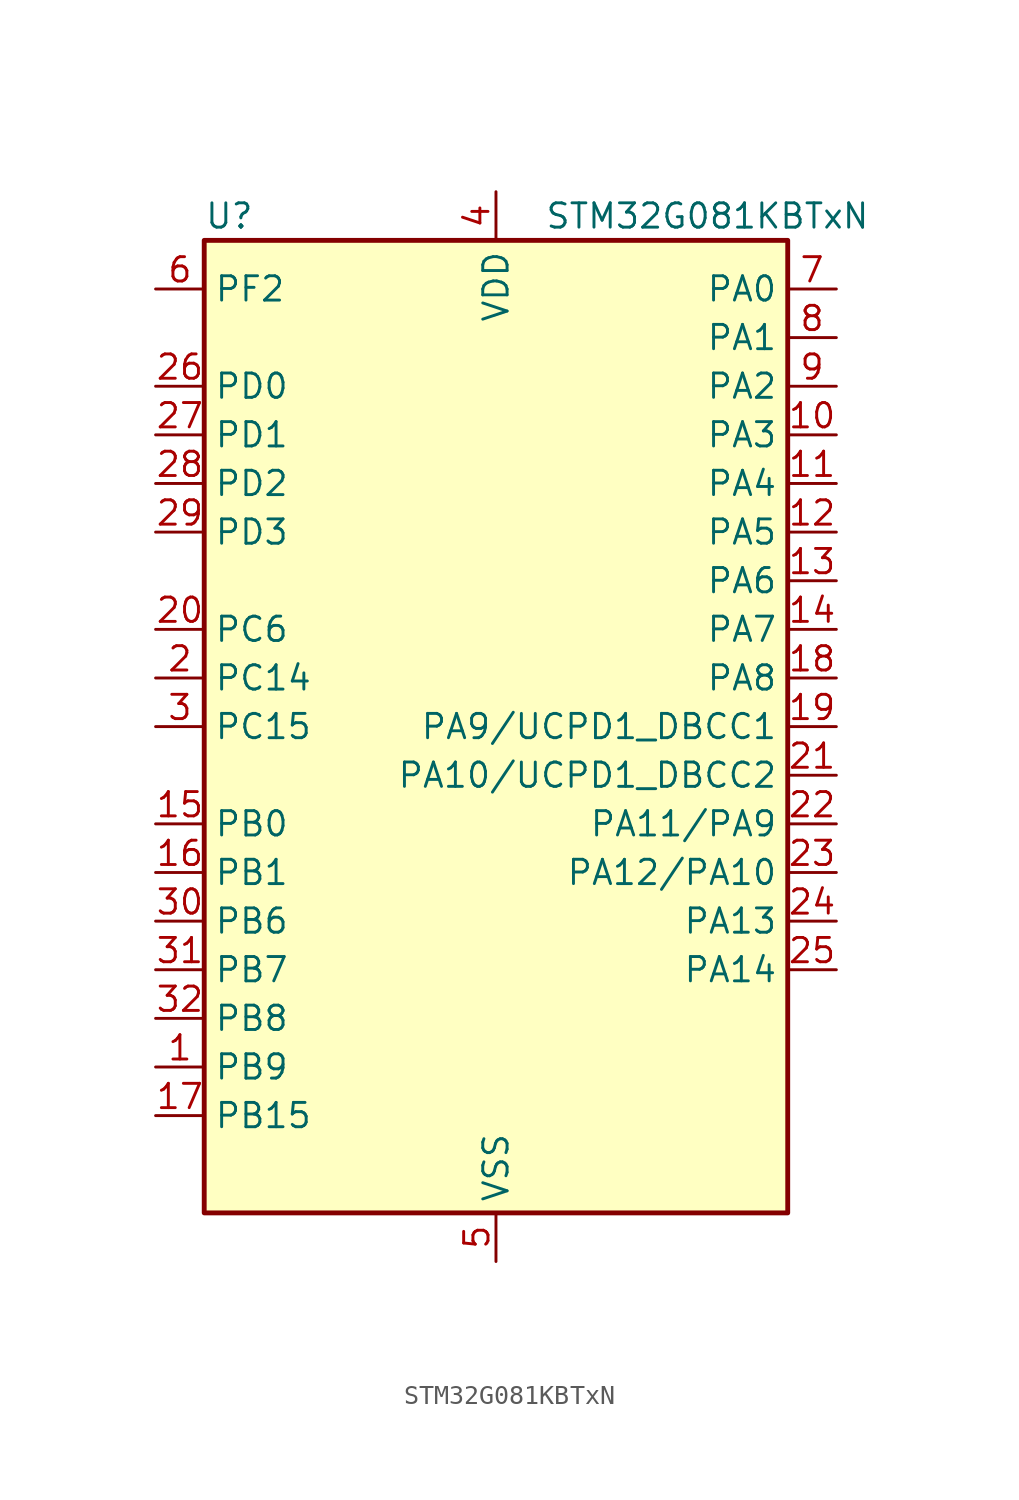
<source format=kicad_sym>
(kicad_symbol_lib
  (version 20231120)
  (generator "kicad_symbol_editor")
  (generator_version "8.0")
  (symbol "STM32G081KBTxN"
    (property "Reference" "U"
      (at -15.24 26.67 0)
      (effects (font (size 1.27 1.27)) (justify left)))
    (property "Value" "STM32G081KBTxN"
      (at 2.54 26.67 0)
      (effects (font (size 1.27 1.27)) (justify left)))
    (property "ki_locked" ""
      (at 0 0 0)
      (effects (font (size 1.27 1.27))))
    (symbol "STM32G081KBTxN_0_1"
      (rectangle (start -15.24 -25.4) (end 15.24 25.4) (stroke (width 0.254) (type default)) (fill (type background))))
    (symbol "STM32G081KBTxN_1_1"
      (pin bidirectional line (at -17.78 -17.78 0) (length 2.54) (name "PB9" (effects (font (size 1.27 1.27)))) (number "1" (effects (font (size 1.27 1.27)))) (alternate "DAC1_EXTI9" bidirectional line) (alternate "I2C1_SDA" bidirectional line) (alternate "IR_OUT" bidirectional line) (alternate "SPI2_NSS" bidirectional line) (alternate "TIM17_CH1" bidirectional line) (alternate "UCPD2_FRSTX1" bidirectional line) (alternate "UCPD2_FRSTX2" bidirectional line) (alternate "USART3_RX" bidirectional line))
      (pin bidirectional line (at 17.78 15.24 180) (length 2.54) (name "PA3" (effects (font (size 1.27 1.27)))) (number "10" (effects (font (size 1.27 1.27)))) (alternate "ADC1_IN3" bidirectional line) (alternate "COMP2_INP" bidirectional line) (alternate "LPUART1_RX" bidirectional line) (alternate "SPI2_MISO" bidirectional line) (alternate "TIM15_CH2" bidirectional line) (alternate "TIM2_CH4" bidirectional line) (alternate "UCPD2_FRSTX1" bidirectional line) (alternate "UCPD2_FRSTX2" bidirectional line) (alternate "USART2_RX" bidirectional line))
      (pin bidirectional line (at 17.78 12.7 180) (length 2.54) (name "PA4" (effects (font (size 1.27 1.27)))) (number "11" (effects (font (size 1.27 1.27)))) (alternate "ADC1_IN4" bidirectional line) (alternate "DAC1_OUT1" bidirectional line) (alternate "I2S1_WS" bidirectional line) (alternate "LPTIM2_OUT" bidirectional line) (alternate "RTC_OUT_ALARM" bidirectional line) (alternate "RTC_OUT_CALIB" bidirectional line) (alternate "RTC_TAMP_IN1" bidirectional line) (alternate "RTC_TS" bidirectional line) (alternate "SPI1_NSS" bidirectional line) (alternate "SPI2_MOSI" bidirectional line) (alternate "SYS_WKUP2" bidirectional line) (alternate "TIM14_CH1" bidirectional line) (alternate "UCPD2_FRSTX1" bidirectional line) (alternate "UCPD2_FRSTX2" bidirectional line))
      (pin bidirectional line (at 17.78 10.16 180) (length 2.54) (name "PA5" (effects (font (size 1.27 1.27)))) (number "12" (effects (font (size 1.27 1.27)))) (alternate "ADC1_IN5" bidirectional line) (alternate "CEC" bidirectional line) (alternate "DAC1_OUT2" bidirectional line) (alternate "I2S1_CK" bidirectional line) (alternate "LPTIM2_ETR" bidirectional line) (alternate "SPI1_SCK" bidirectional line) (alternate "TIM2_CH1" bidirectional line) (alternate "TIM2_ETR" bidirectional line) (alternate "UCPD1_FRSTX1" bidirectional line) (alternate "UCPD1_FRSTX2" bidirectional line) (alternate "USART3_TX" bidirectional line))
      (pin bidirectional line (at 17.78 7.62 180) (length 2.54) (name "PA6" (effects (font (size 1.27 1.27)))) (number "13" (effects (font (size 1.27 1.27)))) (alternate "ADC1_IN6" bidirectional line) (alternate "COMP1_OUT" bidirectional line) (alternate "I2S1_MCK" bidirectional line) (alternate "LPUART1_CTS" bidirectional line) (alternate "SPI1_MISO" bidirectional line) (alternate "TIM16_CH1" bidirectional line) (alternate "TIM1_BK" bidirectional line) (alternate "TIM3_CH1" bidirectional line) (alternate "USART3_CTS" bidirectional line) (alternate "USART3_NSS" bidirectional line))
      (pin bidirectional line (at 17.78 5.08 180) (length 2.54) (name "PA7" (effects (font (size 1.27 1.27)))) (number "14" (effects (font (size 1.27 1.27)))) (alternate "ADC1_IN7" bidirectional line) (alternate "COMP2_OUT" bidirectional line) (alternate "I2S1_SD" bidirectional line) (alternate "SPI1_MOSI" bidirectional line) (alternate "TIM14_CH1" bidirectional line) (alternate "TIM17_CH1" bidirectional line) (alternate "TIM1_CH1N" bidirectional line) (alternate "TIM3_CH2" bidirectional line) (alternate "UCPD1_FRSTX1" bidirectional line) (alternate "UCPD1_FRSTX2" bidirectional line))
      (pin bidirectional line (at -17.78 -5.08 0) (length 2.54) (name "PB0" (effects (font (size 1.27 1.27)))) (number "15" (effects (font (size 1.27 1.27)))) (alternate "ADC1_IN8" bidirectional line) (alternate "COMP1_OUT" bidirectional line) (alternate "I2S1_WS" bidirectional line) (alternate "LPTIM1_OUT" bidirectional line) (alternate "SPI1_NSS" bidirectional line) (alternate "TIM1_CH2N" bidirectional line) (alternate "TIM3_CH3" bidirectional line) (alternate "UCPD1_FRSTX1" bidirectional line) (alternate "UCPD1_FRSTX2" bidirectional line) (alternate "USART3_RX" bidirectional line))
      (pin bidirectional line (at -17.78 -7.62 0) (length 2.54) (name "PB1" (effects (font (size 1.27 1.27)))) (number "16" (effects (font (size 1.27 1.27)))) (alternate "ADC1_IN9" bidirectional line) (alternate "COMP1_INM" bidirectional line) (alternate "LPTIM2_IN1" bidirectional line) (alternate "LPUART1_DE" bidirectional line) (alternate "LPUART1_RTS" bidirectional line) (alternate "TIM14_CH1" bidirectional line) (alternate "TIM1_CH3N" bidirectional line) (alternate "TIM3_CH4" bidirectional line) (alternate "USART3_CK" bidirectional line) (alternate "USART3_DE" bidirectional line) (alternate "USART3_RTS" bidirectional line))
      (pin bidirectional line (at -17.78 -20.32 0) (length 2.54) (name "PB15" (effects (font (size 1.27 1.27)))) (number "17" (effects (font (size 1.27 1.27)))) (alternate "RTC_REFIN" bidirectional line) (alternate "SPI2_MOSI" bidirectional line) (alternate "TIM15_CH1N" bidirectional line) (alternate "TIM15_CH2" bidirectional line) (alternate "TIM1_CH3N" bidirectional line) (alternate "UCPD1_CC2" bidirectional line))
      (pin bidirectional line (at 17.78 2.54 180) (length 2.54) (name "PA8" (effects (font (size 1.27 1.27)))) (number "18" (effects (font (size 1.27 1.27)))) (alternate "LPTIM2_OUT" bidirectional line) (alternate "RCC_MCO" bidirectional line) (alternate "SPI2_NSS" bidirectional line) (alternate "TIM1_CH1" bidirectional line) (alternate "UCPD1_CC1" bidirectional line))
      (pin bidirectional line (at 17.78 0 180) (length 2.54) (name "PA9/UCPD1_DBCC1" (effects (font (size 1.27 1.27)))) (number "19" (effects (font (size 1.27 1.27)))) (alternate "DAC1_EXTI9" bidirectional line) (alternate "I2C1_SCL" bidirectional line) (alternate "RCC_MCO" bidirectional line) (alternate "SPI2_MISO" bidirectional line) (alternate "TIM15_BK" bidirectional line) (alternate "TIM1_CH2" bidirectional line) (alternate "UCPD1_DBCC1" bidirectional line) (alternate "USART1_TX" bidirectional line))
      (pin bidirectional line (at -17.78 2.54 0) (length 2.54) (name "PC14" (effects (font (size 1.27 1.27)))) (number "2" (effects (font (size 1.27 1.27)))) (alternate "RCC_OSC32_IN" bidirectional line) (alternate "RCC_OSC_IN" bidirectional line) (alternate "TIM1_BK2" bidirectional line))
      (pin bidirectional line (at -17.78 5.08 0) (length 2.54) (name "PC6" (effects (font (size 1.27 1.27)))) (number "20" (effects (font (size 1.27 1.27)))) (alternate "TIM2_CH3" bidirectional line) (alternate "TIM3_CH1" bidirectional line) (alternate "UCPD1_FRSTX1" bidirectional line) (alternate "UCPD1_FRSTX2" bidirectional line))
      (pin bidirectional line (at 17.78 -2.54 180) (length 2.54) (name "PA10/UCPD1_DBCC2" (effects (font (size 1.27 1.27)))) (number "21" (effects (font (size 1.27 1.27)))) (alternate "I2C1_SDA" bidirectional line) (alternate "SPI2_MOSI" bidirectional line) (alternate "TIM17_BK" bidirectional line) (alternate "TIM1_CH3" bidirectional line) (alternate "UCPD1_DBCC2" bidirectional line) (alternate "USART1_RX" bidirectional line))
      (pin bidirectional line (at 17.78 -5.08 180) (length 2.54) (name "PA11/PA9" (effects (font (size 1.27 1.27)))) (number "22" (effects (font (size 1.27 1.27)))) (alternate "ADC1_EXTI11" bidirectional line) (alternate "COMP1_OUT" bidirectional line) (alternate "I2C2_SCL" bidirectional line) (alternate "I2S1_MCK" bidirectional line) (alternate "SPI1_MISO" bidirectional line) (alternate "TIM1_BK2" bidirectional line) (alternate "TIM1_CH4" bidirectional line) (alternate "USART1_CTS" bidirectional line) (alternate "USART1_NSS" bidirectional line))
      (pin bidirectional line (at 17.78 -7.62 180) (length 2.54) (name "PA12/PA10" (effects (font (size 1.27 1.27)))) (number "23" (effects (font (size 1.27 1.27)))) (alternate "COMP2_OUT" bidirectional line) (alternate "I2C2_SDA" bidirectional line) (alternate "I2S1_SD" bidirectional line) (alternate "I2S_CKIN" bidirectional line) (alternate "SPI1_MOSI" bidirectional line) (alternate "TIM1_ETR" bidirectional line) (alternate "USART1_CK" bidirectional line) (alternate "USART1_DE" bidirectional line) (alternate "USART1_RTS" bidirectional line))
      (pin bidirectional line (at 17.78 -10.16 180) (length 2.54) (name "PA13" (effects (font (size 1.27 1.27)))) (number "24" (effects (font (size 1.27 1.27)))) (alternate "IR_OUT" bidirectional line) (alternate "SYS_SWDIO" bidirectional line))
      (pin bidirectional line (at 17.78 -12.7 180) (length 2.54) (name "PA14" (effects (font (size 1.27 1.27)))) (number "25" (effects (font (size 1.27 1.27)))) (alternate "SYS_SWCLK" bidirectional line) (alternate "USART2_TX" bidirectional line))
      (pin bidirectional line (at -17.78 17.78 0) (length 2.54) (name "PD0" (effects (font (size 1.27 1.27)))) (number "26" (effects (font (size 1.27 1.27)))) (alternate "SPI2_NSS" bidirectional line) (alternate "TIM16_CH1" bidirectional line) (alternate "UCPD2_CC1" bidirectional line))
      (pin bidirectional line (at -17.78 15.24 0) (length 2.54) (name "PD1" (effects (font (size 1.27 1.27)))) (number "27" (effects (font (size 1.27 1.27)))) (alternate "SPI2_SCK" bidirectional line) (alternate "TIM17_CH1" bidirectional line) (alternate "UCPD2_DBCC1" bidirectional line))
      (pin bidirectional line (at -17.78 12.7 0) (length 2.54) (name "PD2" (effects (font (size 1.27 1.27)))) (number "28" (effects (font (size 1.27 1.27)))) (alternate "TIM1_CH1N" bidirectional line) (alternate "TIM3_ETR" bidirectional line) (alternate "UCPD2_CC2" bidirectional line) (alternate "USART3_CK" bidirectional line) (alternate "USART3_DE" bidirectional line) (alternate "USART3_RTS" bidirectional line))
      (pin bidirectional line (at -17.78 10.16 0) (length 2.54) (name "PD3" (effects (font (size 1.27 1.27)))) (number "29" (effects (font (size 1.27 1.27)))) (alternate "SPI2_MISO" bidirectional line) (alternate "TIM1_CH2N" bidirectional line) (alternate "UCPD2_DBCC2" bidirectional line) (alternate "USART2_CTS" bidirectional line) (alternate "USART2_NSS" bidirectional line))
      (pin bidirectional line (at -17.78 0 0) (length 2.54) (name "PC15" (effects (font (size 1.27 1.27)))) (number "3" (effects (font (size 1.27 1.27)))) (alternate "RCC_OSC32_EN" bidirectional line) (alternate "RCC_OSC32_OUT" bidirectional line) (alternate "RCC_OSC_EN" bidirectional line) (alternate "TIM15_BK" bidirectional line))
      (pin bidirectional line (at -17.78 -10.16 0) (length 2.54) (name "PB6" (effects (font (size 1.27 1.27)))) (number "30" (effects (font (size 1.27 1.27)))) (alternate "COMP2_INP" bidirectional line) (alternate "I2C1_SCL" bidirectional line) (alternate "LPTIM1_ETR" bidirectional line) (alternate "SPI2_MISO" bidirectional line) (alternate "TIM16_CH1N" bidirectional line) (alternate "TIM1_CH3" bidirectional line) (alternate "USART1_TX" bidirectional line))
      (pin bidirectional line (at -17.78 -12.7 0) (length 2.54) (name "PB7" (effects (font (size 1.27 1.27)))) (number "31" (effects (font (size 1.27 1.27)))) (alternate "COMP2_INM" bidirectional line) (alternate "I2C1_SDA" bidirectional line) (alternate "LPTIM1_IN2" bidirectional line) (alternate "SPI2_MOSI" bidirectional line) (alternate "SYS_PVD_IN" bidirectional line) (alternate "TIM17_CH1N" bidirectional line) (alternate "USART1_RX" bidirectional line) (alternate "USART4_CTS" bidirectional line) (alternate "USART4_NSS" bidirectional line))
      (pin bidirectional line (at -17.78 -15.24 0) (length 2.54) (name "PB8" (effects (font (size 1.27 1.27)))) (number "32" (effects (font (size 1.27 1.27)))) (alternate "CEC" bidirectional line) (alternate "I2C1_SCL" bidirectional line) (alternate "SPI2_SCK" bidirectional line) (alternate "TIM15_BK" bidirectional line) (alternate "TIM16_CH1" bidirectional line) (alternate "USART3_TX" bidirectional line))
      (pin power_in line (at 0 27.94 270) (length 2.54) (name "VDD" (effects (font (size 1.27 1.27)))) (number "4" (effects (font (size 1.27 1.27)))))
      (pin power_in line (at 0 -27.94 90) (length 2.54) (name "VSS" (effects (font (size 1.27 1.27)))) (number "5" (effects (font (size 1.27 1.27)))))
      (pin bidirectional line (at -17.78 22.86 0) (length 2.54) (name "PF2" (effects (font (size 1.27 1.27)))) (number "6" (effects (font (size 1.27 1.27)))) (alternate "RCC_MCO" bidirectional line))
      (pin bidirectional line (at 17.78 22.86 180) (length 2.54) (name "PA0" (effects (font (size 1.27 1.27)))) (number "7" (effects (font (size 1.27 1.27)))) (alternate "ADC1_IN0" bidirectional line) (alternate "COMP1_INM" bidirectional line) (alternate "COMP1_OUT" bidirectional line) (alternate "LPTIM1_OUT" bidirectional line) (alternate "RTC_TAMP_IN2" bidirectional line) (alternate "SPI2_SCK" bidirectional line) (alternate "SYS_WKUP1" bidirectional line) (alternate "TIM2_CH1" bidirectional line) (alternate "TIM2_ETR" bidirectional line) (alternate "UCPD2_FRSTX1" bidirectional line) (alternate "UCPD2_FRSTX2" bidirectional line) (alternate "USART2_CTS" bidirectional line) (alternate "USART2_NSS" bidirectional line) (alternate "USART4_TX" bidirectional line))
      (pin bidirectional line (at 17.78 20.32 180) (length 2.54) (name "PA1" (effects (font (size 1.27 1.27)))) (number "8" (effects (font (size 1.27 1.27)))) (alternate "ADC1_IN1" bidirectional line) (alternate "COMP1_INP" bidirectional line) (alternate "I2C1_SMBA" bidirectional line) (alternate "I2S1_CK" bidirectional line) (alternate "SPI1_SCK" bidirectional line) (alternate "TIM15_CH1N" bidirectional line) (alternate "TIM2_CH2" bidirectional line) (alternate "USART2_CK" bidirectional line) (alternate "USART2_DE" bidirectional line) (alternate "USART2_RTS" bidirectional line) (alternate "USART4_RX" bidirectional line))
      (pin bidirectional line (at 17.78 17.78 180) (length 2.54) (name "PA2" (effects (font (size 1.27 1.27)))) (number "9" (effects (font (size 1.27 1.27)))) (alternate "ADC1_IN2" bidirectional line) (alternate "COMP2_INM" bidirectional line) (alternate "COMP2_OUT" bidirectional line) (alternate "I2S1_SD" bidirectional line) (alternate "LPUART1_TX" bidirectional line) (alternate "RCC_LSCO" bidirectional line) (alternate "SPI1_MOSI" bidirectional line) (alternate "SYS_WKUP4" bidirectional line) (alternate "TIM15_CH1" bidirectional line) (alternate "TIM2_CH3" bidirectional line) (alternate "UCPD1_FRSTX1" bidirectional line) (alternate "UCPD1_FRSTX2" bidirectional line) (alternate "USART2_TX" bidirectional line)))))
</source>
